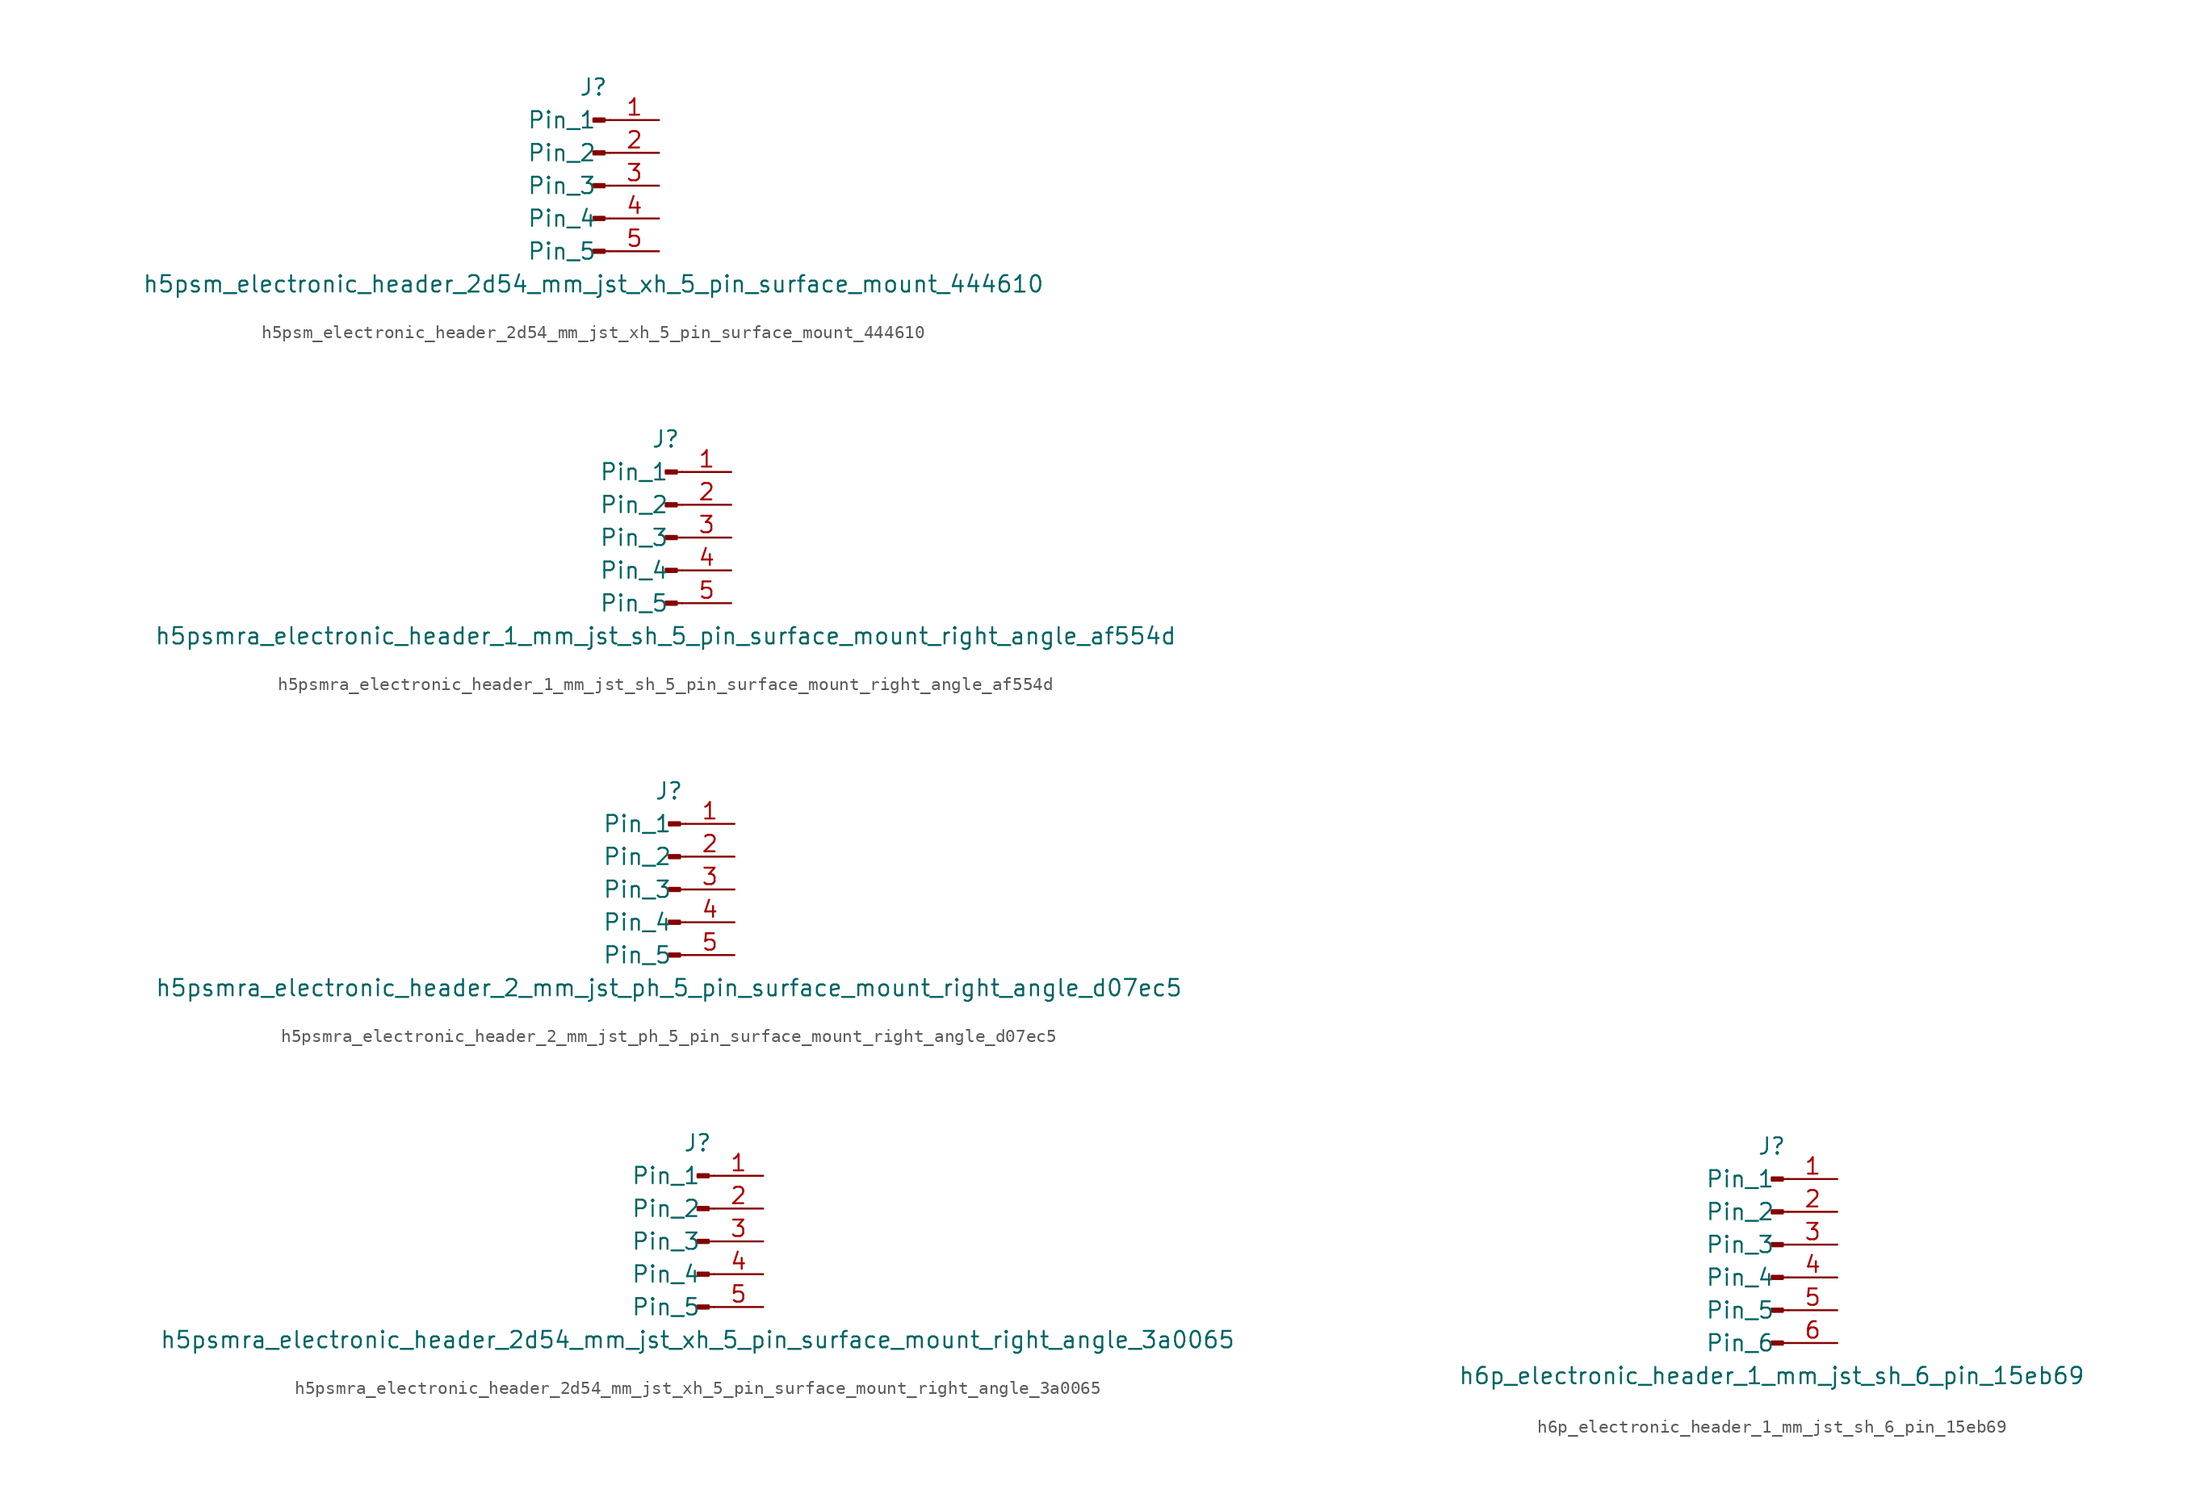
<source format=kicad_sym>
(kicad_symbol_lib
  (version 20220914)
  (generator kicad_symbol_editor)
  (symbol "h5psm_electronic_header_2d54_mm_jst_xh_5_pin_surface_mount_444610"
    (pin_names
      (offset 1.016))
    (property "Reference" "J"
      (at 0 7.62 0)
      (effects (font (size 1.27 1.27))))
    (property "Value" "h5psm_electronic_header_2d54_mm_jst_xh_5_pin_surface_mount_444610"
      (at 0 -7.62 0)
      (effects (font (size 1.27 1.27))))
    (property "ki_locked" ""
      (at 0 0 0)
      (effects (font (size 1.27 1.27))))
    (symbol "h5psm_electronic_header_2d54_mm_jst_xh_5_pin_surface_mount_444610_1_1"
      (polyline (pts (xy 1.27 -5.08) (xy 0.864 -5.08)) (stroke (width 0.152) (type default)) (fill (type none)))
      (polyline (pts (xy 1.27 -2.54) (xy 0.864 -2.54)) (stroke (width 0.152) (type default)) (fill (type none)))
      (polyline (pts (xy 1.27 0) (xy 0.864 0)) (stroke (width 0.152) (type default)) (fill (type none)))
      (polyline (pts (xy 1.27 2.54) (xy 0.864 2.54)) (stroke (width 0.152) (type default)) (fill (type none)))
      (polyline (pts (xy 1.27 5.08) (xy 0.864 5.08)) (stroke (width 0.152) (type default)) (fill (type none)))
      (rectangle (start 0.864 -4.953) (end 0 -5.207) (stroke (width 0.152) (type default)) (fill (type outline)))
      (rectangle (start 0.864 -2.413) (end 0 -2.667) (stroke (width 0.152) (type default)) (fill (type outline)))
      (rectangle (start 0.864 0.127) (end 0 -0.127) (stroke (width 0.152) (type default)) (fill (type outline)))
      (rectangle (start 0.864 2.667) (end 0 2.413) (stroke (width 0.152) (type default)) (fill (type outline)))
      (rectangle (start 0.864 5.207) (end 0 4.953) (stroke (width 0.152) (type default)) (fill (type outline)))
      (pin passive line (at 5.08 5.08 180) (length 3.81) (name "Pin_1" (effects (font (size 1.27 1.27)))) (number "1" (effects (font (size 1.27 1.27)))))
      (pin passive line (at 5.08 2.54 180) (length 3.81) (name "Pin_2" (effects (font (size 1.27 1.27)))) (number "2" (effects (font (size 1.27 1.27)))))
      (pin passive line (at 5.08 0 180) (length 3.81) (name "Pin_3" (effects (font (size 1.27 1.27)))) (number "3" (effects (font (size 1.27 1.27)))))
      (pin passive line (at 5.08 -2.54 180) (length 3.81) (name "Pin_4" (effects (font (size 1.27 1.27)))) (number "4" (effects (font (size 1.27 1.27)))))
      (pin passive line (at 5.08 -5.08 180) (length 3.81) (name "Pin_5" (effects (font (size 1.27 1.27)))) (number "5" (effects (font (size 1.27 1.27)))))))
  (symbol "h5psmra_electronic_header_1_mm_jst_sh_5_pin_surface_mount_right_angle_af554d"
    (pin_names
      (offset 1.016))
    (property "Reference" "J"
      (at 0 7.62 0)
      (effects (font (size 1.27 1.27))))
    (property "Value" "h5psmra_electronic_header_1_mm_jst_sh_5_pin_surface_mount_right_angle_af554d"
      (at 0 -7.62 0)
      (effects (font (size 1.27 1.27))))
    (property "ki_locked" ""
      (at 0 0 0)
      (effects (font (size 1.27 1.27))))
    (symbol "h5psmra_electronic_header_1_mm_jst_sh_5_pin_surface_mount_right_angle_af554d_1_1"
      (polyline (pts (xy 1.27 -5.08) (xy 0.864 -5.08)) (stroke (width 0.152) (type default)) (fill (type none)))
      (polyline (pts (xy 1.27 -2.54) (xy 0.864 -2.54)) (stroke (width 0.152) (type default)) (fill (type none)))
      (polyline (pts (xy 1.27 0) (xy 0.864 0)) (stroke (width 0.152) (type default)) (fill (type none)))
      (polyline (pts (xy 1.27 2.54) (xy 0.864 2.54)) (stroke (width 0.152) (type default)) (fill (type none)))
      (polyline (pts (xy 1.27 5.08) (xy 0.864 5.08)) (stroke (width 0.152) (type default)) (fill (type none)))
      (rectangle (start 0.864 -4.953) (end 0 -5.207) (stroke (width 0.152) (type default)) (fill (type outline)))
      (rectangle (start 0.864 -2.413) (end 0 -2.667) (stroke (width 0.152) (type default)) (fill (type outline)))
      (rectangle (start 0.864 0.127) (end 0 -0.127) (stroke (width 0.152) (type default)) (fill (type outline)))
      (rectangle (start 0.864 2.667) (end 0 2.413) (stroke (width 0.152) (type default)) (fill (type outline)))
      (rectangle (start 0.864 5.207) (end 0 4.953) (stroke (width 0.152) (type default)) (fill (type outline)))
      (pin passive line (at 5.08 5.08 180) (length 3.81) (name "Pin_1" (effects (font (size 1.27 1.27)))) (number "1" (effects (font (size 1.27 1.27)))))
      (pin passive line (at 5.08 2.54 180) (length 3.81) (name "Pin_2" (effects (font (size 1.27 1.27)))) (number "2" (effects (font (size 1.27 1.27)))))
      (pin passive line (at 5.08 0 180) (length 3.81) (name "Pin_3" (effects (font (size 1.27 1.27)))) (number "3" (effects (font (size 1.27 1.27)))))
      (pin passive line (at 5.08 -2.54 180) (length 3.81) (name "Pin_4" (effects (font (size 1.27 1.27)))) (number "4" (effects (font (size 1.27 1.27)))))
      (pin passive line (at 5.08 -5.08 180) (length 3.81) (name "Pin_5" (effects (font (size 1.27 1.27)))) (number "5" (effects (font (size 1.27 1.27)))))))
  (symbol "h5psmra_electronic_header_2_mm_jst_ph_5_pin_surface_mount_right_angle_d07ec5"
    (pin_names
      (offset 1.016))
    (property "Reference" "J"
      (at 0 7.62 0)
      (effects (font (size 1.27 1.27))))
    (property "Value" "h5psmra_electronic_header_2_mm_jst_ph_5_pin_surface_mount_right_angle_d07ec5"
      (at 0 -7.62 0)
      (effects (font (size 1.27 1.27))))
    (property "ki_locked" ""
      (at 0 0 0)
      (effects (font (size 1.27 1.27))))
    (symbol "h5psmra_electronic_header_2_mm_jst_ph_5_pin_surface_mount_right_angle_d07ec5_1_1"
      (polyline (pts (xy 1.27 -5.08) (xy 0.864 -5.08)) (stroke (width 0.152) (type default)) (fill (type none)))
      (polyline (pts (xy 1.27 -2.54) (xy 0.864 -2.54)) (stroke (width 0.152) (type default)) (fill (type none)))
      (polyline (pts (xy 1.27 0) (xy 0.864 0)) (stroke (width 0.152) (type default)) (fill (type none)))
      (polyline (pts (xy 1.27 2.54) (xy 0.864 2.54)) (stroke (width 0.152) (type default)) (fill (type none)))
      (polyline (pts (xy 1.27 5.08) (xy 0.864 5.08)) (stroke (width 0.152) (type default)) (fill (type none)))
      (rectangle (start 0.864 -4.953) (end 0 -5.207) (stroke (width 0.152) (type default)) (fill (type outline)))
      (rectangle (start 0.864 -2.413) (end 0 -2.667) (stroke (width 0.152) (type default)) (fill (type outline)))
      (rectangle (start 0.864 0.127) (end 0 -0.127) (stroke (width 0.152) (type default)) (fill (type outline)))
      (rectangle (start 0.864 2.667) (end 0 2.413) (stroke (width 0.152) (type default)) (fill (type outline)))
      (rectangle (start 0.864 5.207) (end 0 4.953) (stroke (width 0.152) (type default)) (fill (type outline)))
      (pin passive line (at 5.08 5.08 180) (length 3.81) (name "Pin_1" (effects (font (size 1.27 1.27)))) (number "1" (effects (font (size 1.27 1.27)))))
      (pin passive line (at 5.08 2.54 180) (length 3.81) (name "Pin_2" (effects (font (size 1.27 1.27)))) (number "2" (effects (font (size 1.27 1.27)))))
      (pin passive line (at 5.08 0 180) (length 3.81) (name "Pin_3" (effects (font (size 1.27 1.27)))) (number "3" (effects (font (size 1.27 1.27)))))
      (pin passive line (at 5.08 -2.54 180) (length 3.81) (name "Pin_4" (effects (font (size 1.27 1.27)))) (number "4" (effects (font (size 1.27 1.27)))))
      (pin passive line (at 5.08 -5.08 180) (length 3.81) (name "Pin_5" (effects (font (size 1.27 1.27)))) (number "5" (effects (font (size 1.27 1.27)))))))
  (symbol "h5psmra_electronic_header_2d54_mm_jst_xh_5_pin_surface_mount_right_angle_3a0065"
    (pin_names
      (offset 1.016))
    (property "Reference" "J"
      (at 0 7.62 0)
      (effects (font (size 1.27 1.27))))
    (property "Value" "h5psmra_electronic_header_2d54_mm_jst_xh_5_pin_surface_mount_right_angle_3a0065"
      (at 0 -7.62 0)
      (effects (font (size 1.27 1.27))))
    (property "ki_locked" ""
      (at 0 0 0)
      (effects (font (size 1.27 1.27))))
    (symbol "h5psmra_electronic_header_2d54_mm_jst_xh_5_pin_surface_mount_right_angle_3a0065_1_1"
      (polyline (pts (xy 1.27 -5.08) (xy 0.864 -5.08)) (stroke (width 0.152) (type default)) (fill (type none)))
      (polyline (pts (xy 1.27 -2.54) (xy 0.864 -2.54)) (stroke (width 0.152) (type default)) (fill (type none)))
      (polyline (pts (xy 1.27 0) (xy 0.864 0)) (stroke (width 0.152) (type default)) (fill (type none)))
      (polyline (pts (xy 1.27 2.54) (xy 0.864 2.54)) (stroke (width 0.152) (type default)) (fill (type none)))
      (polyline (pts (xy 1.27 5.08) (xy 0.864 5.08)) (stroke (width 0.152) (type default)) (fill (type none)))
      (rectangle (start 0.864 -4.953) (end 0 -5.207) (stroke (width 0.152) (type default)) (fill (type outline)))
      (rectangle (start 0.864 -2.413) (end 0 -2.667) (stroke (width 0.152) (type default)) (fill (type outline)))
      (rectangle (start 0.864 0.127) (end 0 -0.127) (stroke (width 0.152) (type default)) (fill (type outline)))
      (rectangle (start 0.864 2.667) (end 0 2.413) (stroke (width 0.152) (type default)) (fill (type outline)))
      (rectangle (start 0.864 5.207) (end 0 4.953) (stroke (width 0.152) (type default)) (fill (type outline)))
      (pin passive line (at 5.08 5.08 180) (length 3.81) (name "Pin_1" (effects (font (size 1.27 1.27)))) (number "1" (effects (font (size 1.27 1.27)))))
      (pin passive line (at 5.08 2.54 180) (length 3.81) (name "Pin_2" (effects (font (size 1.27 1.27)))) (number "2" (effects (font (size 1.27 1.27)))))
      (pin passive line (at 5.08 0 180) (length 3.81) (name "Pin_3" (effects (font (size 1.27 1.27)))) (number "3" (effects (font (size 1.27 1.27)))))
      (pin passive line (at 5.08 -2.54 180) (length 3.81) (name "Pin_4" (effects (font (size 1.27 1.27)))) (number "4" (effects (font (size 1.27 1.27)))))
      (pin passive line (at 5.08 -5.08 180) (length 3.81) (name "Pin_5" (effects (font (size 1.27 1.27)))) (number "5" (effects (font (size 1.27 1.27)))))))
  (symbol "h6p_electronic_header_1_mm_jst_sh_6_pin_15eb69"
    (pin_names
      (offset 1.016))
    (property "Reference" "J"
      (at 0 7.62 0)
      (effects (font (size 1.27 1.27))))
    (property "Value" "h6p_electronic_header_1_mm_jst_sh_6_pin_15eb69"
      (at 0 -10.16 0)
      (effects (font (size 1.27 1.27))))
    (property "ki_locked" ""
      (at 0 0 0)
      (effects (font (size 1.27 1.27))))
    (symbol "h6p_electronic_header_1_mm_jst_sh_6_pin_15eb69_1_1"
      (polyline (pts (xy 1.27 -7.62) (xy 0.864 -7.62)) (stroke (width 0.152) (type default)) (fill (type none)))
      (polyline (pts (xy 1.27 -5.08) (xy 0.864 -5.08)) (stroke (width 0.152) (type default)) (fill (type none)))
      (polyline (pts (xy 1.27 -2.54) (xy 0.864 -2.54)) (stroke (width 0.152) (type default)) (fill (type none)))
      (polyline (pts (xy 1.27 0) (xy 0.864 0)) (stroke (width 0.152) (type default)) (fill (type none)))
      (polyline (pts (xy 1.27 2.54) (xy 0.864 2.54)) (stroke (width 0.152) (type default)) (fill (type none)))
      (polyline (pts (xy 1.27 5.08) (xy 0.864 5.08)) (stroke (width 0.152) (type default)) (fill (type none)))
      (rectangle (start 0.864 -7.493) (end 0 -7.747) (stroke (width 0.152) (type default)) (fill (type outline)))
      (rectangle (start 0.864 -4.953) (end 0 -5.207) (stroke (width 0.152) (type default)) (fill (type outline)))
      (rectangle (start 0.864 -2.413) (end 0 -2.667) (stroke (width 0.152) (type default)) (fill (type outline)))
      (rectangle (start 0.864 0.127) (end 0 -0.127) (stroke (width 0.152) (type default)) (fill (type outline)))
      (rectangle (start 0.864 2.667) (end 0 2.413) (stroke (width 0.152) (type default)) (fill (type outline)))
      (rectangle (start 0.864 5.207) (end 0 4.953) (stroke (width 0.152) (type default)) (fill (type outline)))
      (pin passive line (at 5.08 5.08 180) (length 3.81) (name "Pin_1" (effects (font (size 1.27 1.27)))) (number "1" (effects (font (size 1.27 1.27)))))
      (pin passive line (at 5.08 2.54 180) (length 3.81) (name "Pin_2" (effects (font (size 1.27 1.27)))) (number "2" (effects (font (size 1.27 1.27)))))
      (pin passive line (at 5.08 0 180) (length 3.81) (name "Pin_3" (effects (font (size 1.27 1.27)))) (number "3" (effects (font (size 1.27 1.27)))))
      (pin passive line (at 5.08 -2.54 180) (length 3.81) (name "Pin_4" (effects (font (size 1.27 1.27)))) (number "4" (effects (font (size 1.27 1.27)))))
      (pin passive line (at 5.08 -5.08 180) (length 3.81) (name "Pin_5" (effects (font (size 1.27 1.27)))) (number "5" (effects (font (size 1.27 1.27)))))
      (pin passive line (at 5.08 -7.62 180) (length 3.81) (name "Pin_6" (effects (font (size 1.27 1.27)))) (number "6" (effects (font (size 1.27 1.27))))))))
</source>
